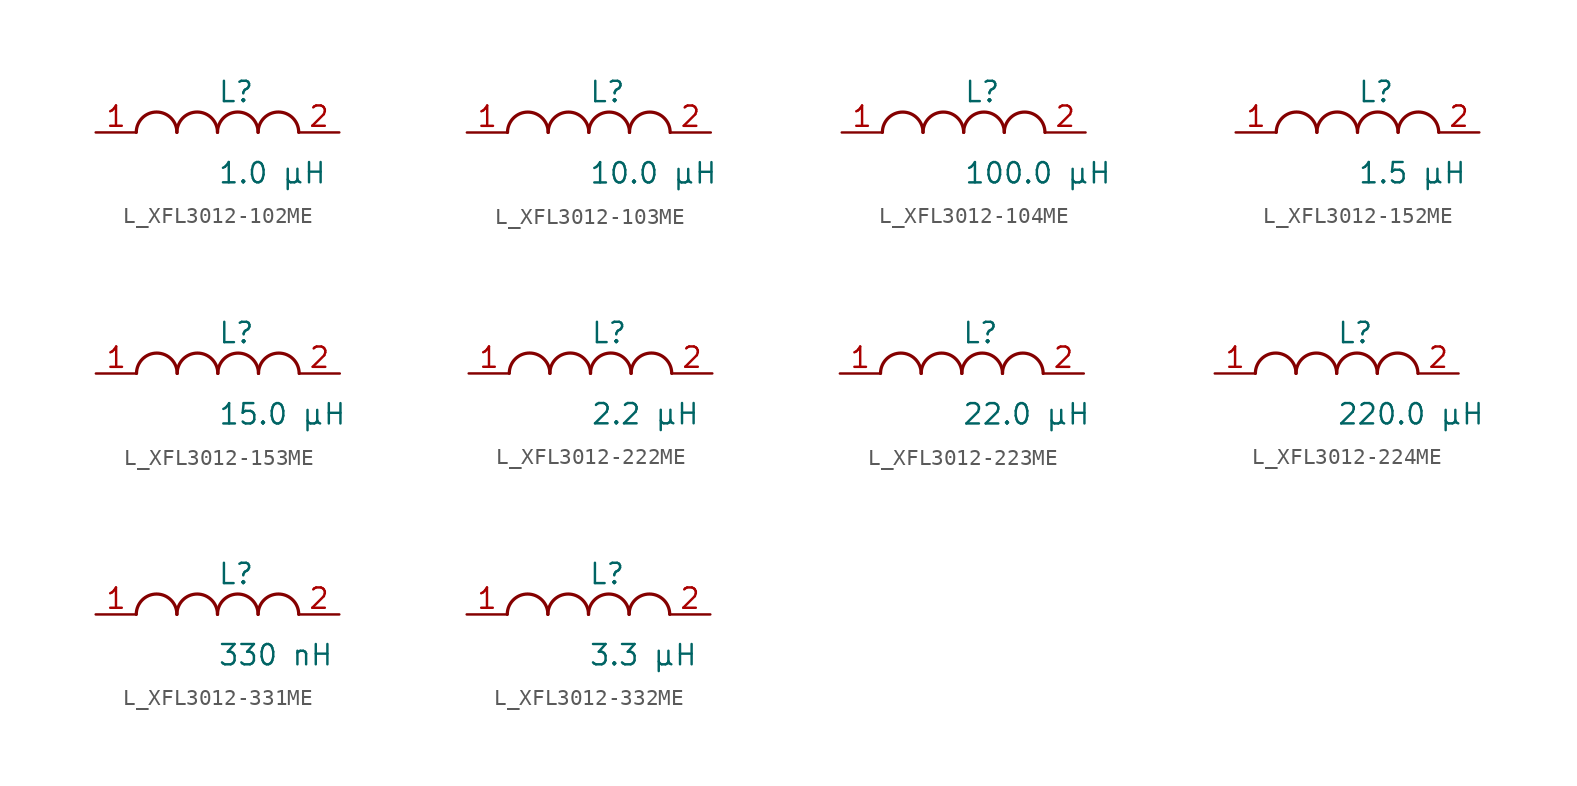
<source format=kicad_sym>
(kicad_symbol_lib
  (version 20231120)
  (generator kicad_symbol_editor)
  (generator_version 8.0)
  (symbol "L_XFL3012-102ME"
    (pin_names
      (offset 0.254))
    (property "Reference" "L"
      (at 0 2.54 0)
      (effects (font (size 1.27 1.27)) (justify left)))
    (property "Value" "1.0 µH"
      (at 0 -2.54 0)
      (effects (font (size 1.27 1.27)) (justify left)))
    (symbol "L_XFL3012-102ME_1_1"
      (arc (start -2.54 0.0056) (mid -3.81 1.27) (end -5.08 0.0056) (stroke (width 0.2032) (type default)) (fill (type none)))
      (arc (start 0 0.0056) (mid -1.27 1.27) (end -2.54 0.0056) (stroke (width 0.2032) (type default)) (fill (type none)))
      (arc (start 2.54 0.0056) (mid 1.27 1.27) (end 0 0.0056) (stroke (width 0.2032) (type default)) (fill (type none)))
      (arc (start 5.08 0.0056) (mid 3.81 1.27) (end 2.54 0.0056) (stroke (width 0.2032) (type default)) (fill (type none)))
      (pin passive line (at -7.62 0 0) (length 2.54) (name "" (effects (font (size 1.27 1.27)))) (number "1" (effects (font (size 1.27 1.27)))))
      (pin passive line (at 7.62 0 180) (length 2.54) (name "" (effects (font (size 1.27 1.27)))) (number "2" (effects (font (size 1.27 1.27)))))))
  (symbol "L_XFL3012-103ME"
    (pin_names
      (offset 0.254))
    (property "Reference" "L"
      (at 0 2.54 0)
      (effects (font (size 1.27 1.27)) (justify left)))
    (property "Value" "10.0 µH"
      (at 0 -2.54 0)
      (effects (font (size 1.27 1.27)) (justify left)))
    (symbol "L_XFL3012-103ME_1_1"
      (arc (start -2.54 0.0056) (mid -3.81 1.27) (end -5.08 0.0056) (stroke (width 0.2032) (type default)) (fill (type none)))
      (arc (start 0 0.0056) (mid -1.27 1.27) (end -2.54 0.0056) (stroke (width 0.2032) (type default)) (fill (type none)))
      (arc (start 2.54 0.0056) (mid 1.27 1.27) (end 0 0.0056) (stroke (width 0.2032) (type default)) (fill (type none)))
      (arc (start 5.08 0.0056) (mid 3.81 1.27) (end 2.54 0.0056) (stroke (width 0.2032) (type default)) (fill (type none)))
      (pin passive line (at -7.62 0 0) (length 2.54) (name "" (effects (font (size 1.27 1.27)))) (number "1" (effects (font (size 1.27 1.27)))))
      (pin passive line (at 7.62 0 180) (length 2.54) (name "" (effects (font (size 1.27 1.27)))) (number "2" (effects (font (size 1.27 1.27)))))))
  (symbol "L_XFL3012-104ME"
    (pin_names
      (offset 0.254))
    (property "Reference" "L"
      (at 0 2.54 0)
      (effects (font (size 1.27 1.27)) (justify left)))
    (property "Value" "100.0 µH"
      (at 0 -2.54 0)
      (effects (font (size 1.27 1.27)) (justify left)))
    (symbol "L_XFL3012-104ME_1_1"
      (arc (start -2.54 0.0056) (mid -3.81 1.27) (end -5.08 0.0056) (stroke (width 0.2032) (type default)) (fill (type none)))
      (arc (start 0 0.0056) (mid -1.27 1.27) (end -2.54 0.0056) (stroke (width 0.2032) (type default)) (fill (type none)))
      (arc (start 2.54 0.0056) (mid 1.27 1.27) (end 0 0.0056) (stroke (width 0.2032) (type default)) (fill (type none)))
      (arc (start 5.08 0.0056) (mid 3.81 1.27) (end 2.54 0.0056) (stroke (width 0.2032) (type default)) (fill (type none)))
      (pin passive line (at -7.62 0 0) (length 2.54) (name "" (effects (font (size 1.27 1.27)))) (number "1" (effects (font (size 1.27 1.27)))))
      (pin passive line (at 7.62 0 180) (length 2.54) (name "" (effects (font (size 1.27 1.27)))) (number "2" (effects (font (size 1.27 1.27)))))))
  (symbol "L_XFL3012-152ME"
    (pin_names
      (offset 0.254))
    (property "Reference" "L"
      (at 0 2.54 0)
      (effects (font (size 1.27 1.27)) (justify left)))
    (property "Value" "1.5 µH"
      (at 0 -2.54 0)
      (effects (font (size 1.27 1.27)) (justify left)))
    (symbol "L_XFL3012-152ME_1_1"
      (arc (start -2.54 0.0056) (mid -3.81 1.27) (end -5.08 0.0056) (stroke (width 0.2032) (type default)) (fill (type none)))
      (arc (start 0 0.0056) (mid -1.27 1.27) (end -2.54 0.0056) (stroke (width 0.2032) (type default)) (fill (type none)))
      (arc (start 2.54 0.0056) (mid 1.27 1.27) (end 0 0.0056) (stroke (width 0.2032) (type default)) (fill (type none)))
      (arc (start 5.08 0.0056) (mid 3.81 1.27) (end 2.54 0.0056) (stroke (width 0.2032) (type default)) (fill (type none)))
      (pin passive line (at -7.62 0 0) (length 2.54) (name "" (effects (font (size 1.27 1.27)))) (number "1" (effects (font (size 1.27 1.27)))))
      (pin passive line (at 7.62 0 180) (length 2.54) (name "" (effects (font (size 1.27 1.27)))) (number "2" (effects (font (size 1.27 1.27)))))))
  (symbol "L_XFL3012-153ME"
    (pin_names
      (offset 0.254))
    (property "Reference" "L"
      (at 0 2.54 0)
      (effects (font (size 1.27 1.27)) (justify left)))
    (property "Value" "15.0 µH"
      (at 0 -2.54 0)
      (effects (font (size 1.27 1.27)) (justify left)))
    (symbol "L_XFL3012-153ME_1_1"
      (arc (start -2.54 0.0056) (mid -3.81 1.27) (end -5.08 0.0056) (stroke (width 0.2032) (type default)) (fill (type none)))
      (arc (start 0 0.0056) (mid -1.27 1.27) (end -2.54 0.0056) (stroke (width 0.2032) (type default)) (fill (type none)))
      (arc (start 2.54 0.0056) (mid 1.27 1.27) (end 0 0.0056) (stroke (width 0.2032) (type default)) (fill (type none)))
      (arc (start 5.08 0.0056) (mid 3.81 1.27) (end 2.54 0.0056) (stroke (width 0.2032) (type default)) (fill (type none)))
      (pin passive line (at -7.62 0 0) (length 2.54) (name "" (effects (font (size 1.27 1.27)))) (number "1" (effects (font (size 1.27 1.27)))))
      (pin passive line (at 7.62 0 180) (length 2.54) (name "" (effects (font (size 1.27 1.27)))) (number "2" (effects (font (size 1.27 1.27)))))))
  (symbol "L_XFL3012-222ME"
    (pin_names
      (offset 0.254))
    (property "Reference" "L"
      (at 0 2.54 0)
      (effects (font (size 1.27 1.27)) (justify left)))
    (property "Value" "2.2 µH"
      (at 0 -2.54 0)
      (effects (font (size 1.27 1.27)) (justify left)))
    (symbol "L_XFL3012-222ME_1_1"
      (arc (start -2.54 0.0056) (mid -3.81 1.27) (end -5.08 0.0056) (stroke (width 0.2032) (type default)) (fill (type none)))
      (arc (start 0 0.0056) (mid -1.27 1.27) (end -2.54 0.0056) (stroke (width 0.2032) (type default)) (fill (type none)))
      (arc (start 2.54 0.0056) (mid 1.27 1.27) (end 0 0.0056) (stroke (width 0.2032) (type default)) (fill (type none)))
      (arc (start 5.08 0.0056) (mid 3.81 1.27) (end 2.54 0.0056) (stroke (width 0.2032) (type default)) (fill (type none)))
      (pin passive line (at -7.62 0 0) (length 2.54) (name "" (effects (font (size 1.27 1.27)))) (number "1" (effects (font (size 1.27 1.27)))))
      (pin passive line (at 7.62 0 180) (length 2.54) (name "" (effects (font (size 1.27 1.27)))) (number "2" (effects (font (size 1.27 1.27)))))))
  (symbol "L_XFL3012-223ME"
    (pin_names
      (offset 0.254))
    (property "Reference" "L"
      (at 0 2.54 0)
      (effects (font (size 1.27 1.27)) (justify left)))
    (property "Value" "22.0 µH"
      (at 0 -2.54 0)
      (effects (font (size 1.27 1.27)) (justify left)))
    (symbol "L_XFL3012-223ME_1_1"
      (arc (start -2.54 0.0056) (mid -3.81 1.27) (end -5.08 0.0056) (stroke (width 0.2032) (type default)) (fill (type none)))
      (arc (start 0 0.0056) (mid -1.27 1.27) (end -2.54 0.0056) (stroke (width 0.2032) (type default)) (fill (type none)))
      (arc (start 2.54 0.0056) (mid 1.27 1.27) (end 0 0.0056) (stroke (width 0.2032) (type default)) (fill (type none)))
      (arc (start 5.08 0.0056) (mid 3.81 1.27) (end 2.54 0.0056) (stroke (width 0.2032) (type default)) (fill (type none)))
      (pin passive line (at -7.62 0 0) (length 2.54) (name "" (effects (font (size 1.27 1.27)))) (number "1" (effects (font (size 1.27 1.27)))))
      (pin passive line (at 7.62 0 180) (length 2.54) (name "" (effects (font (size 1.27 1.27)))) (number "2" (effects (font (size 1.27 1.27)))))))
  (symbol "L_XFL3012-224ME"
    (pin_names
      (offset 0.254))
    (property "Reference" "L"
      (at 0 2.54 0)
      (effects (font (size 1.27 1.27)) (justify left)))
    (property "Value" "220.0 µH"
      (at 0 -2.54 0)
      (effects (font (size 1.27 1.27)) (justify left)))
    (symbol "L_XFL3012-224ME_1_1"
      (arc (start -2.54 0.0056) (mid -3.81 1.27) (end -5.08 0.0056) (stroke (width 0.2032) (type default)) (fill (type none)))
      (arc (start 0 0.0056) (mid -1.27 1.27) (end -2.54 0.0056) (stroke (width 0.2032) (type default)) (fill (type none)))
      (arc (start 2.54 0.0056) (mid 1.27 1.27) (end 0 0.0056) (stroke (width 0.2032) (type default)) (fill (type none)))
      (arc (start 5.08 0.0056) (mid 3.81 1.27) (end 2.54 0.0056) (stroke (width 0.2032) (type default)) (fill (type none)))
      (pin passive line (at -7.62 0 0) (length 2.54) (name "" (effects (font (size 1.27 1.27)))) (number "1" (effects (font (size 1.27 1.27)))))
      (pin passive line (at 7.62 0 180) (length 2.54) (name "" (effects (font (size 1.27 1.27)))) (number "2" (effects (font (size 1.27 1.27)))))))
  (symbol "L_XFL3012-331ME"
    (pin_names
      (offset 0.254))
    (property "Reference" "L"
      (at 0 2.54 0)
      (effects (font (size 1.27 1.27)) (justify left)))
    (property "Value" "330 nH"
      (at 0 -2.54 0)
      (effects (font (size 1.27 1.27)) (justify left)))
    (symbol "L_XFL3012-331ME_1_1"
      (arc (start -2.54 0.0056) (mid -3.81 1.27) (end -5.08 0.0056) (stroke (width 0.2032) (type default)) (fill (type none)))
      (arc (start 0 0.0056) (mid -1.27 1.27) (end -2.54 0.0056) (stroke (width 0.2032) (type default)) (fill (type none)))
      (arc (start 2.54 0.0056) (mid 1.27 1.27) (end 0 0.0056) (stroke (width 0.2032) (type default)) (fill (type none)))
      (arc (start 5.08 0.0056) (mid 3.81 1.27) (end 2.54 0.0056) (stroke (width 0.2032) (type default)) (fill (type none)))
      (pin passive line (at -7.62 0 0) (length 2.54) (name "" (effects (font (size 1.27 1.27)))) (number "1" (effects (font (size 1.27 1.27)))))
      (pin passive line (at 7.62 0 180) (length 2.54) (name "" (effects (font (size 1.27 1.27)))) (number "2" (effects (font (size 1.27 1.27)))))))
  (symbol "L_XFL3012-332ME"
    (pin_names
      (offset 0.254))
    (property "Reference" "L"
      (at 0 2.54 0)
      (effects (font (size 1.27 1.27)) (justify left)))
    (property "Value" "3.3 µH"
      (at 0 -2.54 0)
      (effects (font (size 1.27 1.27)) (justify left)))
    (symbol "L_XFL3012-332ME_1_1"
      (arc (start -2.54 0.0056) (mid -3.81 1.27) (end -5.08 0.0056) (stroke (width 0.2032) (type default)) (fill (type none)))
      (arc (start 0 0.0056) (mid -1.27 1.27) (end -2.54 0.0056) (stroke (width 0.2032) (type default)) (fill (type none)))
      (arc (start 2.54 0.0056) (mid 1.27 1.27) (end 0 0.0056) (stroke (width 0.2032) (type default)) (fill (type none)))
      (arc (start 5.08 0.0056) (mid 3.81 1.27) (end 2.54 0.0056) (stroke (width 0.2032) (type default)) (fill (type none)))
      (pin passive line (at -7.62 0 0) (length 2.54) (name "" (effects (font (size 1.27 1.27)))) (number "1" (effects (font (size 1.27 1.27)))))
      (pin passive line (at 7.62 0 180) (length 2.54) (name "" (effects (font (size 1.27 1.27)))) (number "2" (effects (font (size 1.27 1.27))))))))
</source>
